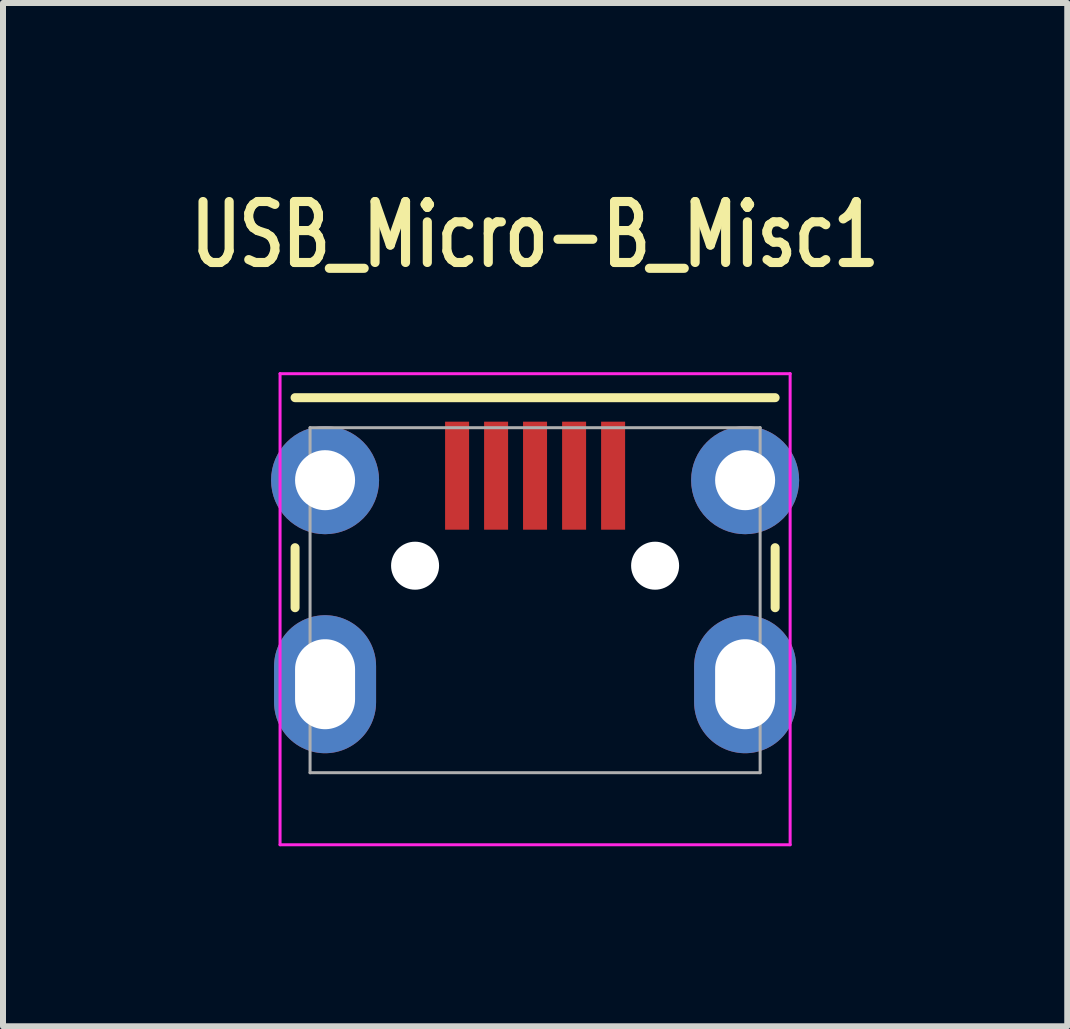
<source format=kicad_pcb>
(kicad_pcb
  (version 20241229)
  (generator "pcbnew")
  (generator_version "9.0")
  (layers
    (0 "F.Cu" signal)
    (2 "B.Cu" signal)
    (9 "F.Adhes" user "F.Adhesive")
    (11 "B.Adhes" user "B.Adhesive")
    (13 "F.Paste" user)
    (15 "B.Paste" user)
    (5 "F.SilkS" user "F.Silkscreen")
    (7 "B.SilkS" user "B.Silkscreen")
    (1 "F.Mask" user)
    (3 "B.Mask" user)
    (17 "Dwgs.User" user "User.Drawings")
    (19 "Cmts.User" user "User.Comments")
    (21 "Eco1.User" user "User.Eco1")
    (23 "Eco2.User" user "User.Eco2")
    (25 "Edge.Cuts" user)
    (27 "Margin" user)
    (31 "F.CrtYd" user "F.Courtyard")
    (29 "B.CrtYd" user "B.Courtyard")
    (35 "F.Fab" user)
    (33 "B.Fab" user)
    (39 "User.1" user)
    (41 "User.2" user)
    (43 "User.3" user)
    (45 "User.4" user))
  (footprint "USB_Micro-B_Misc1"
    (layer "F.Cu")
    (at 5.867 6.577)
    (property "Reference" "USB_Micro-B_Misc1" (at 0 -5.715 0) (layer "F.SilkS") (effects (font (size 1.016 0.762) (thickness 0.152))))
    (attr smd)
    (fp_line (start -4 -0.5) (end -4 0.5) (stroke (width 0.15) (type solid)) (layer "F.SilkS"))
    (fp_line (start 4 -3) (end -4 -3) (stroke (width 0.15) (type solid)) (layer "F.SilkS"))
    (fp_line (start 4 -0.5) (end 4 0.5) (stroke (width 0.15) (type solid)) (layer "F.SilkS"))
    (fp_line (start -4.25 -3.4) (end 4.25 -3.4) (stroke (width 0.05) (type solid)) (layer "F.CrtYd"))
    (fp_line (start -4.25 4.45) (end -4.25 -3.4) (stroke (width 0.05) (type solid)) (layer "F.CrtYd"))
    (fp_line (start 4.25 -3.4) (end 4.25 4.45) (stroke (width 0.05) (type solid)) (layer "F.CrtYd"))
    (fp_line (start 4.25 4.45) (end -4.25 4.45) (stroke (width 0.05) (type solid)) (layer "F.CrtYd"))
    (fp_line (start -3.75 -2.5) (end -3.75 3.25) (stroke (width 0.05) (type solid)) (layer "F.Fab"))
    (fp_line (start -3.75 3.25) (end 3.75 3.25) (stroke (width 0.05) (type solid)) (layer "F.Fab"))
    (fp_line (start 3.75 -2.5) (end -3.75 -2.5) (stroke (width 0.05) (type solid)) (layer "F.Fab"))
    (fp_line (start 3.75 3.25) (end 3.75 -2.5) (stroke (width 0.05) (type solid)) (layer "F.Fab"))
    (pad "" np_thru_hole circle (at -2 -0.2) (size 0.8 0.8) (drill 0.8) (layers "*.Cu" "*.Mask"))
    (pad "" np_thru_hole circle (at 2 -0.2) (size 0.8 0.8) (drill 0.8) (layers "*.Cu" "*.Mask"))
    (pad "1" smd rect (at -1.3 -1.7 90) (size 1.8 0.4) (layers "F.Cu" "F.Mask" "F.Paste"))
    (pad "2" smd rect (at -0.65 -1.7 90) (size 1.8 0.4) (layers "F.Cu" "F.Mask" "F.Paste"))
    (pad "3" smd rect (at -0.001 -1.7 90) (size 1.8 0.4) (layers "F.Cu" "F.Mask" "F.Paste"))
    (pad "4" smd rect (at 0.65 -1.7 90) (size 1.8 0.4) (layers "F.Cu" "F.Mask" "F.Paste"))
    (pad "5" smd rect (at 1.3 -1.7 90) (size 1.8 0.4) (layers "F.Cu" "F.Mask" "F.Paste"))
    (pad "6" thru_hole circle (at -3.5 -1.625 90) (size 1.8 1.8) (drill 1) (layers "*.Cu" "*.Mask"))
    (pad "6" thru_hole oval (at -3.5 1.775 90) (size 2.3 1.7) (drill oval 1.5 1) (layers "*.Cu" "*.Mask"))
    (pad "6" thru_hole circle (at 3.5 -1.625 90) (size 1.8 1.8) (drill 1) (layers "*.Cu" "*.Mask"))
    (pad "6" thru_hole oval (at 3.5 1.775 90) (size 2.3 1.7) (drill oval 1.5 1) (layers "*.Cu" "*.Mask")))
  (gr_rect
    (start -3 -3)
    (end 14.735 14.052)
    (stroke (width 0.1) (type default))
    (fill no)
    (layer "Edge.Cuts")))
</source>
